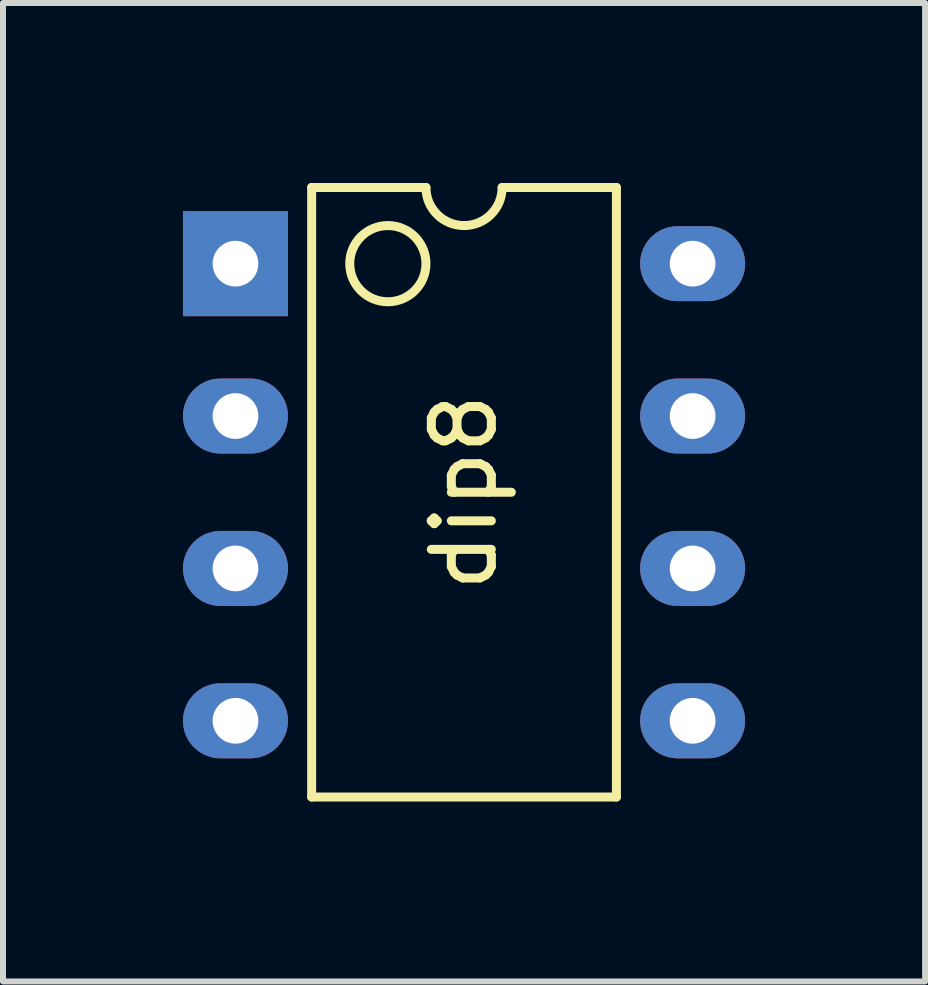
<source format=kicad_pcb>
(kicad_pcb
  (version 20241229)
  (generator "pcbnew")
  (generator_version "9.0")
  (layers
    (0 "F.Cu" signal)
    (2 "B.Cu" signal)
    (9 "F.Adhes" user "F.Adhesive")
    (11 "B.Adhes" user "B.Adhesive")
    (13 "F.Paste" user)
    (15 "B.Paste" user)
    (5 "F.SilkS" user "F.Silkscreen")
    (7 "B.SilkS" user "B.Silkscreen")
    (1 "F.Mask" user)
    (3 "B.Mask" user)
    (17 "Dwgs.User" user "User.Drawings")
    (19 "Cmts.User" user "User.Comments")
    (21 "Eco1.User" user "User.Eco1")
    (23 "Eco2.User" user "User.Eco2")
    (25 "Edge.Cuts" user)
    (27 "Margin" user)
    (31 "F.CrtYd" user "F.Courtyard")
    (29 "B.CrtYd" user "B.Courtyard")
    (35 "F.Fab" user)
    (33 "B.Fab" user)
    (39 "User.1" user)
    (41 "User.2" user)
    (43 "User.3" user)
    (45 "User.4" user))
  (footprint "dip8"
    (layer "F.Cu")
    (at 4.685 5.155)
    (property "Reference" "dip8" (at 0 0 90) (layer "F.SilkS") (effects (font (size 1 1) (thickness 0.15))))
    (attr through_hole)
    (fp_line (start -2.54 -5.08) (end -2.54 5.08) (stroke (width 0.15) (type solid)) (layer "F.SilkS"))
    (fp_line (start -2.54 -5.08) (end -0.635 -5.08) (stroke (width 0.15) (type solid)) (layer "F.SilkS"))
    (fp_line (start -2.54 5.08) (end 2.54 5.08) (stroke (width 0.15) (type solid)) (layer "F.SilkS"))
    (fp_line (start 0.635 -5.08) (end 2.54 -5.08) (stroke (width 0.15) (type solid)) (layer "F.SilkS"))
    (fp_line (start 2.54 5.08) (end 2.54 -5.08) (stroke (width 0.15) (type solid)) (layer "F.SilkS"))
    (fp_arc (start 0 -4.445) (mid -0.449013 -4.630987) (end -0.635 -5.08) (stroke (width 0.15) (type solid)) (layer "F.SilkS"))
    (fp_arc (start 0.635 -5.08) (mid 0.449013 -4.630987) (end 0 -4.445) (stroke (width 0.15) (type solid)) (layer "F.SilkS"))
    (fp_circle (center -1.27 -3.81) (end -0.635 -3.81) (stroke (width 0.15) (type solid)) (fill no) (layer "F.SilkS"))
    (pad "1" thru_hole rect (at -3.81 -3.81) (size 1.75 1.75) (drill 0.762) (layers "*.Cu" "*.Mask"))
    (pad "2" thru_hole oval (at -3.81 -1.27) (size 1.75 1.25) (drill 0.762) (layers "*.Cu" "*.Mask"))
    (pad "3" thru_hole oval (at -3.81 1.27) (size 1.75 1.25) (drill 0.762) (layers "*.Cu" "*.Mask"))
    (pad "4" thru_hole oval (at -3.81 3.81) (size 1.75 1.25) (drill 0.762) (layers "*.Cu" "*.Mask"))
    (pad "5" thru_hole oval (at 3.81 3.81) (size 1.75 1.25) (drill 0.762) (layers "*.Cu" "*.Mask"))
    (pad "6" thru_hole oval (at 3.81 1.27) (size 1.75 1.25) (drill 0.762) (layers "*.Cu" "*.Mask"))
    (pad "7" thru_hole oval (at 3.81 -1.27) (size 1.75 1.25) (drill 0.762) (layers "*.Cu" "*.Mask"))
    (pad "8" thru_hole oval (at 3.81 -3.81) (size 1.75 1.25) (drill 0.762) (layers "*.Cu" "*.Mask")))
  (gr_rect
    (start -3 -3)
    (end 12.37 13.31)
    (stroke (width 0.1) (type default))
    (fill no)
    (layer "Edge.Cuts")))
</source>
